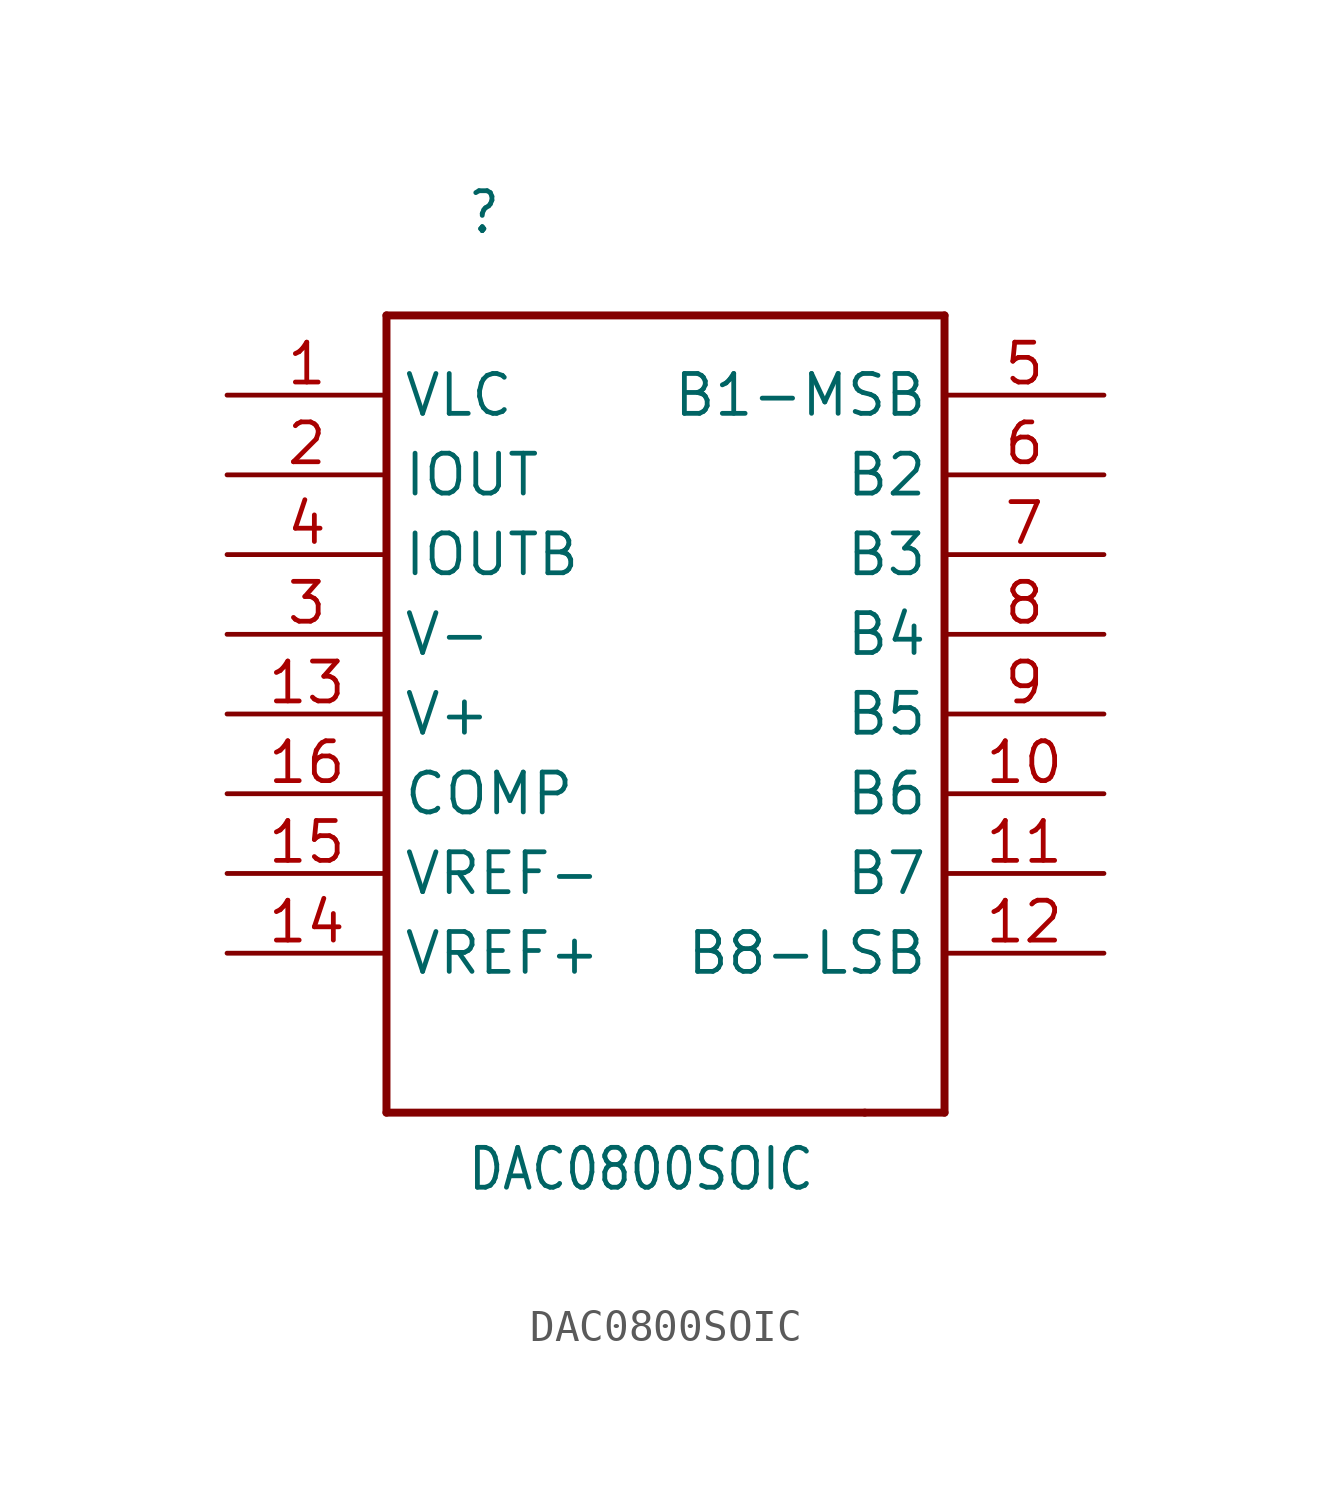
<source format=kicad_sym>
(kicad_symbol_lib
  (version 20211014)
  (generator kicad_symbol_editor)
  (symbol "DAC0800SOIC"
    (property "Reference" ""
      (at -5.08 15.24 0)
      (effects (font (size 1.27 1.079)) (justify left bottom)))
    (property "Value" "DAC0800SOIC"
      (at -5.08 -15.24 0)
      (effects (font (size 1.27 1.079)) (justify left bottom)))
    (property "ki_locked" ""
      (at 0 0 0)
      (effects (font (size 1.27 1.27))))
    (symbol "DAC0800SOIC_1_0"
      (polyline (pts (xy -7.62 -12.7) (xy 7.62 -12.7)) (stroke (width 0.254) (type default) (color 0 0 0 0)) (fill (type none)))
      (polyline (pts (xy -7.62 12.7) (xy -7.62 -12.7)) (stroke (width 0.254) (type default) (color 0 0 0 0)) (fill (type none)))
      (polyline (pts (xy 7.62 -12.7) (xy 10.16 -12.7)) (stroke (width 0.254) (type default) (color 0 0 0 0)) (fill (type none)))
      (polyline (pts (xy 10.16 -12.7) (xy 10.16 12.7)) (stroke (width 0.254) (type default) (color 0 0 0 0)) (fill (type none)))
      (polyline (pts (xy 10.16 12.7) (xy -7.62 12.7)) (stroke (width 0.254) (type default) (color 0 0 0 0)) (fill (type none)))
      (pin bidirectional line (at -12.7 10.16 0) (length 5.08) (name "VLC" (effects (font (size 1.27 1.27)))) (number "1" (effects (font (size 1.27 1.27)))))
      (pin bidirectional line (at 15.24 -2.54 180) (length 5.08) (name "B6" (effects (font (size 1.27 1.27)))) (number "10" (effects (font (size 1.27 1.27)))))
      (pin bidirectional line (at 15.24 -5.08 180) (length 5.08) (name "B7" (effects (font (size 1.27 1.27)))) (number "11" (effects (font (size 1.27 1.27)))))
      (pin bidirectional line (at 15.24 -7.62 180) (length 5.08) (name "B8-LSB" (effects (font (size 1.27 1.27)))) (number "12" (effects (font (size 1.27 1.27)))))
      (pin bidirectional line (at -12.7 0 0) (length 5.08) (name "V+" (effects (font (size 1.27 1.27)))) (number "13" (effects (font (size 1.27 1.27)))))
      (pin bidirectional line (at -12.7 -7.62 0) (length 5.08) (name "VREF+" (effects (font (size 1.27 1.27)))) (number "14" (effects (font (size 1.27 1.27)))))
      (pin bidirectional line (at -12.7 -5.08 0) (length 5.08) (name "VREF-" (effects (font (size 1.27 1.27)))) (number "15" (effects (font (size 1.27 1.27)))))
      (pin bidirectional line (at -12.7 -2.54 0) (length 5.08) (name "COMP" (effects (font (size 1.27 1.27)))) (number "16" (effects (font (size 1.27 1.27)))))
      (pin bidirectional line (at -12.7 7.62 0) (length 5.08) (name "IOUT" (effects (font (size 1.27 1.27)))) (number "2" (effects (font (size 1.27 1.27)))))
      (pin bidirectional line (at -12.7 2.54 0) (length 5.08) (name "V-" (effects (font (size 1.27 1.27)))) (number "3" (effects (font (size 1.27 1.27)))))
      (pin bidirectional line (at -12.7 5.08 0) (length 5.08) (name "IOUTB" (effects (font (size 1.27 1.27)))) (number "4" (effects (font (size 1.27 1.27)))))
      (pin bidirectional line (at 15.24 10.16 180) (length 5.08) (name "B1-MSB" (effects (font (size 1.27 1.27)))) (number "5" (effects (font (size 1.27 1.27)))))
      (pin bidirectional line (at 15.24 7.62 180) (length 5.08) (name "B2" (effects (font (size 1.27 1.27)))) (number "6" (effects (font (size 1.27 1.27)))))
      (pin bidirectional line (at 15.24 5.08 180) (length 5.08) (name "B3" (effects (font (size 1.27 1.27)))) (number "7" (effects (font (size 1.27 1.27)))))
      (pin bidirectional line (at 15.24 2.54 180) (length 5.08) (name "B4" (effects (font (size 1.27 1.27)))) (number "8" (effects (font (size 1.27 1.27)))))
      (pin bidirectional line (at 15.24 0 180) (length 5.08) (name "B5" (effects (font (size 1.27 1.27)))) (number "9" (effects (font (size 1.27 1.27))))))))
</source>
